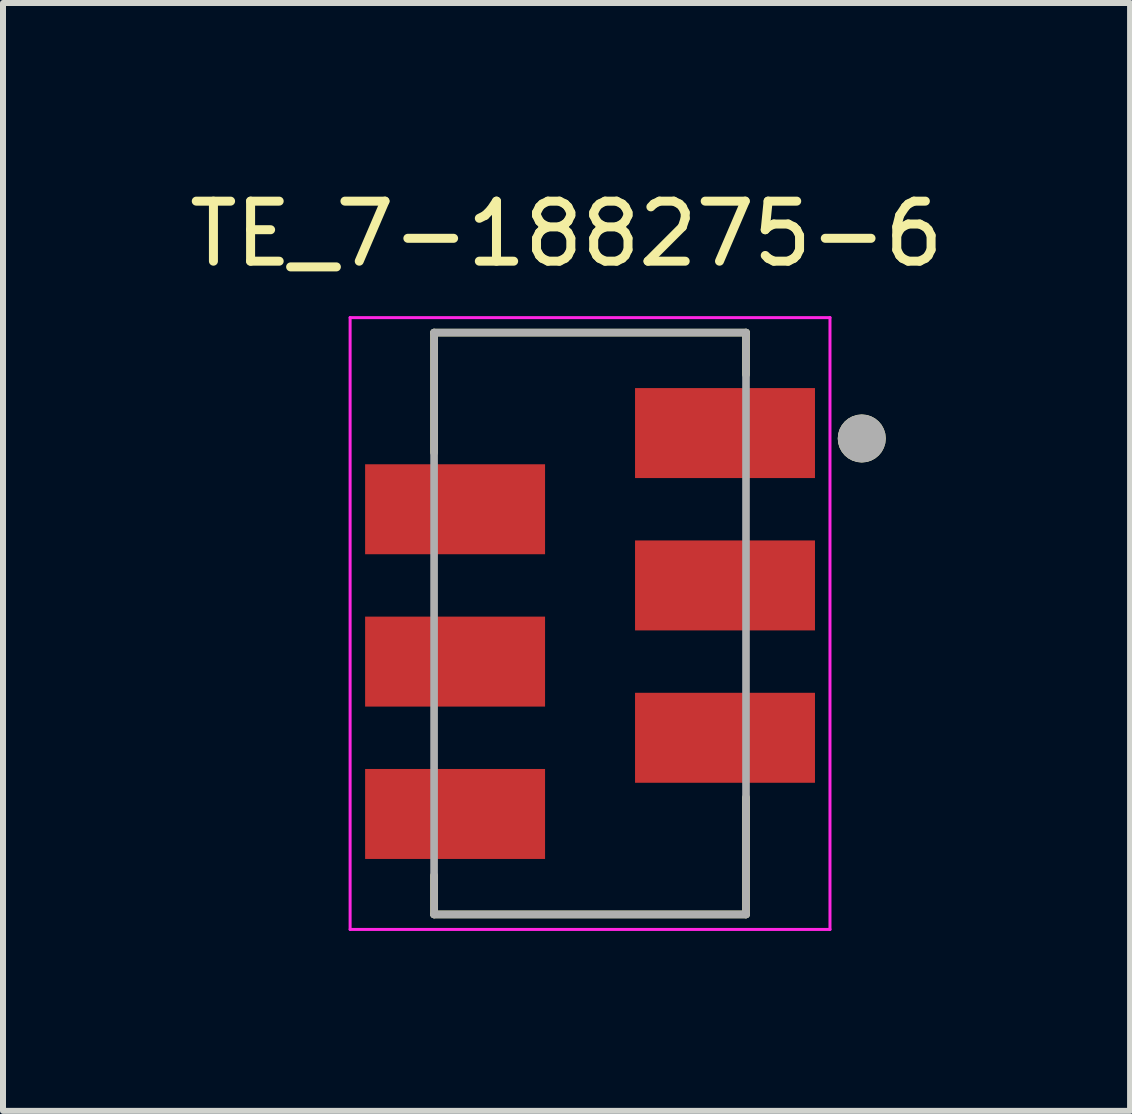
<source format=kicad_pcb>
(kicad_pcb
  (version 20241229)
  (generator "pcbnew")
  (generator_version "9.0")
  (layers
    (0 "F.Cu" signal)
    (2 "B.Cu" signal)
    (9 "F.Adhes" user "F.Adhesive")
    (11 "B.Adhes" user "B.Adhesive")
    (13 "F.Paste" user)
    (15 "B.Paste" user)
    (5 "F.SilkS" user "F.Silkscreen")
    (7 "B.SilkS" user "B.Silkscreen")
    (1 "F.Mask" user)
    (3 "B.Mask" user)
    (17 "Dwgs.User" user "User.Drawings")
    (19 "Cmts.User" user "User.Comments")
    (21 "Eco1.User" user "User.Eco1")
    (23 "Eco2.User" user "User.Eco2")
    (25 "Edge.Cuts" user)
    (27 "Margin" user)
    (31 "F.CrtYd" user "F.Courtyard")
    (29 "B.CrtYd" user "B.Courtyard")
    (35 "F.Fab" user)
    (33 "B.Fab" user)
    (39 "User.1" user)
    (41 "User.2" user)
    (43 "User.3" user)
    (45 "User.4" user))
  (footprint "TE_7-188275-6"
    (layer "F.Cu")
    (at 6.787 7.345)
    (property "Reference" "TE_7-188275-6" (at -0.392 -6.496 0) (layer "F.SilkS") (effects (font (size 1.001 1.001) (thickness 0.15))))
    (attr through_hole)
    (fp_line (start -2.6 -4.85) (end 2.6 -4.85) (stroke (width 0.127) (type solid)) (layer "F.SilkS"))
    (fp_line (start -2.6 -2.85) (end -2.6 -4.85) (stroke (width 0.127) (type solid)) (layer "F.SilkS"))
    (fp_line (start -2.6 4.85) (end -2.6 4.2) (stroke (width 0.127) (type solid)) (layer "F.SilkS"))
    (fp_line (start 2.6 -4.85) (end 2.6 -4.15) (stroke (width 0.127) (type solid)) (layer "F.SilkS"))
    (fp_line (start 2.6 2.9) (end 2.6 4.85) (stroke (width 0.127) (type solid)) (layer "F.SilkS"))
    (fp_line (start 2.6 4.85) (end -2.6 4.85) (stroke (width 0.127) (type solid)) (layer "F.SilkS"))
    (fp_circle (center 4.53 -3.085) (end 4.73 -3.085) (stroke (width 0.4) (type solid)) (fill no) (layer "F.SilkS"))
    (fp_line (start -4 -5.1) (end 4 -5.1) (stroke (width 0.05) (type solid)) (layer "F.CrtYd"))
    (fp_line (start -4 5.1) (end -4 -5.1) (stroke (width 0.05) (type solid)) (layer "F.CrtYd"))
    (fp_line (start 4 -5.1) (end 4 5.1) (stroke (width 0.05) (type solid)) (layer "F.CrtYd"))
    (fp_line (start 4 5.1) (end -4 5.1) (stroke (width 0.05) (type solid)) (layer "F.CrtYd"))
    (fp_line (start -2.6 -4.85) (end 2.6 -4.85) (stroke (width 0.127) (type solid)) (layer "F.Fab"))
    (fp_line (start -2.6 4.85) (end -2.6 -4.85) (stroke (width 0.127) (type solid)) (layer "F.Fab"))
    (fp_line (start 2.6 -4.85) (end 2.6 4.85) (stroke (width 0.127) (type solid)) (layer "F.Fab"))
    (fp_line (start 2.6 4.85) (end -2.6 4.85) (stroke (width 0.127) (type solid)) (layer "F.Fab"))
    (fp_circle (center 4.53 -3.085) (end 4.73 -3.085) (stroke (width 0.4) (type solid)) (fill no) (layer "F.Fab"))
    (pad "1" smd rect (at 2.25 -3.175) (size 3 1.5) (layers "F.Cu" "F.Mask" "F.Paste"))
    (pad "2" smd rect (at -2.25 -1.905) (size 3 1.5) (layers "F.Cu" "F.Mask" "F.Paste"))
    (pad "3" smd rect (at 2.25 -0.635) (size 3 1.5) (layers "F.Cu" "F.Mask" "F.Paste"))
    (pad "4" smd rect (at -2.25 0.635) (size 3 1.5) (layers "F.Cu" "F.Mask" "F.Paste"))
    (pad "5" smd rect (at 2.25 1.905) (size 3 1.5) (layers "F.Cu" "F.Mask" "F.Paste"))
    (pad "6" smd rect (at -2.25 3.175) (size 3 1.5) (layers "F.Cu" "F.Mask" "F.Paste")))
  (gr_rect
    (start -3 -3)
    (end 15.79 15.47)
    (stroke (width 0.1) (type default))
    (fill no)
    (layer "Edge.Cuts")))
</source>
